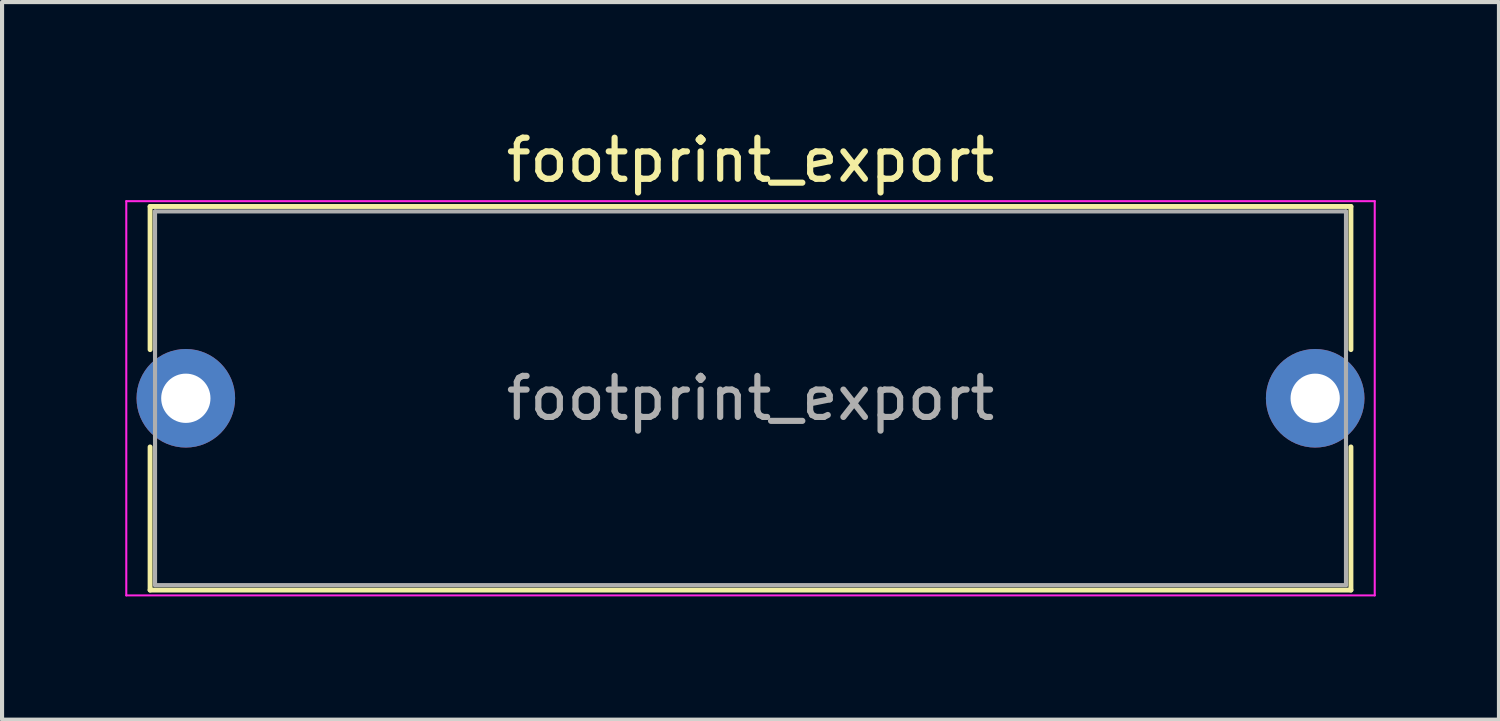
<source format=kicad_pcb>
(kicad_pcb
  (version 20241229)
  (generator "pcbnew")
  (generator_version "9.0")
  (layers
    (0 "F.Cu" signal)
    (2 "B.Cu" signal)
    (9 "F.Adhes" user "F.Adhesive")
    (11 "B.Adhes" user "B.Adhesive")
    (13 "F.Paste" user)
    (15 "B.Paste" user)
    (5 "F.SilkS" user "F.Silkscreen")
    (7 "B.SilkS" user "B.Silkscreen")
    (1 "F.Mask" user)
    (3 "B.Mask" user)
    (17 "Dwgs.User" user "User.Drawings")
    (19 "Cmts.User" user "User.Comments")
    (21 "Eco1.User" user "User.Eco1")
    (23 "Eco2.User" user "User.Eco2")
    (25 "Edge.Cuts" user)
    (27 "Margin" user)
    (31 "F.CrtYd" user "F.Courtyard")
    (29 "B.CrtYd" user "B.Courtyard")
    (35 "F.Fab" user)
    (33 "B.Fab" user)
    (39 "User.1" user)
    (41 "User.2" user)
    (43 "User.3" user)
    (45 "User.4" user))
  (footprint "footprint_export"
    (layer "F.Cu")
    (at 1.475 6.648)
    (property "Reference" "footprint_export" (at 13.75 -5.8 0) (layer "F.SilkS") (effects (font (size 1 1) (thickness 0.15))))
    (attr through_hole)
    (fp_line (start -0.87 -4.67) (end -0.87 -1.185) (stroke (width 0.12) (type solid)) (layer "F.SilkS"))
    (fp_line (start -0.87 -4.67) (end 28.37 -4.67) (stroke (width 0.12) (type solid)) (layer "F.SilkS"))
    (fp_line (start -0.87 1.185) (end -0.87 4.67) (stroke (width 0.12) (type solid)) (layer "F.SilkS"))
    (fp_line (start -0.87 4.67) (end 28.37 4.67) (stroke (width 0.12) (type solid)) (layer "F.SilkS"))
    (fp_line (start 28.37 -4.67) (end 28.37 -1.185) (stroke (width 0.12) (type solid)) (layer "F.SilkS"))
    (fp_line (start 28.37 1.185) (end 28.37 4.67) (stroke (width 0.12) (type solid)) (layer "F.SilkS"))
    (fp_line (start -1.45 -4.8) (end -1.45 4.8) (stroke (width 0.05) (type solid)) (layer "F.CrtYd"))
    (fp_line (start -1.45 4.8) (end 28.95 4.8) (stroke (width 0.05) (type solid)) (layer "F.CrtYd"))
    (fp_line (start 28.95 -4.8) (end -1.45 -4.8) (stroke (width 0.05) (type solid)) (layer "F.CrtYd"))
    (fp_line (start 28.95 4.8) (end 28.95 -4.8) (stroke (width 0.05) (type solid)) (layer "F.CrtYd"))
    (fp_line (start -0.75 -4.55) (end -0.75 4.55) (stroke (width 0.1) (type solid)) (layer "F.Fab"))
    (fp_line (start -0.75 4.55) (end 28.25 4.55) (stroke (width 0.1) (type solid)) (layer "F.Fab"))
    (fp_line (start 28.25 -4.55) (end -0.75 -4.55) (stroke (width 0.1) (type solid)) (layer "F.Fab"))
    (fp_line (start 28.25 4.55) (end 28.25 -4.55) (stroke (width 0.1) (type solid)) (layer "F.Fab"))
    (fp_text user "${REFERENCE}" (at 13.75 0 0) (layer "F.Fab") (effects (font (size 1 1) (thickness 0.15))))
    (pad "1" thru_hole circle (at 0 0) (size 2.4 2.4) (drill 1.2) (layers "*.Cu" "*.Mask"))
    (pad "2" thru_hole circle (at 27.5 0) (size 2.4 2.4) (drill 1.2) (layers "*.Cu" "*.Mask")))
  (gr_rect
    (start -3 -3)
    (end 33.45 14.473)
    (stroke (width 0.1) (type default))
    (fill no)
    (layer "Edge.Cuts")))
</source>
